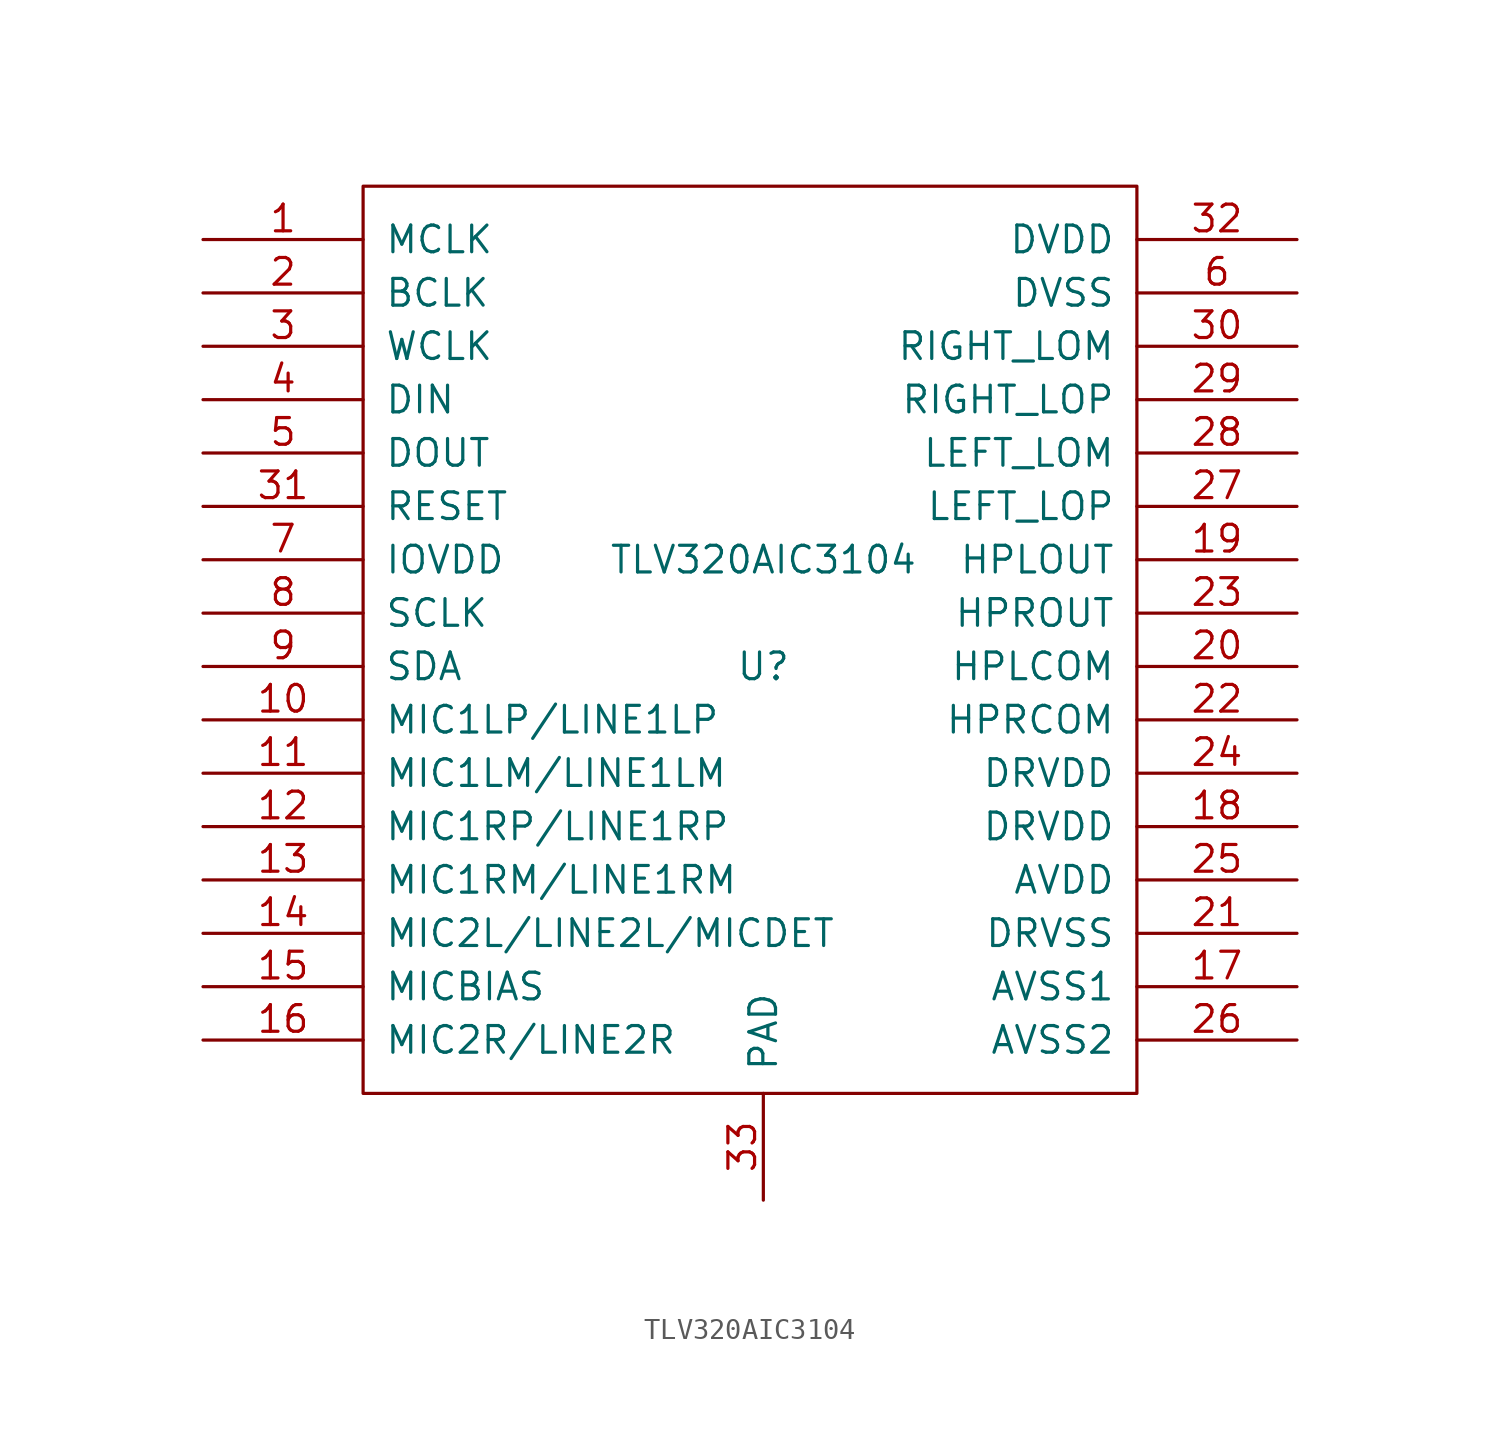
<source format=kicad_sym>
(kicad_symbol_lib
  (version 20220914)
  (generator kicad_symbol_editor)
  (symbol "TLV320AIC3104"
    (pin_names
      (offset 1.016))
    (property "Reference" "U"
      (at 0 -2.54 0)
      (effects (font (size 1.27 1.27))))
    (property "Value" "TLV320AIC3104"
      (at 0 2.54 0)
      (effects (font (size 1.27 1.27))))
    (symbol "TLV320AIC3104_0_0"
      (rectangle (start -19.05 -22.86) (end 17.78 20.32) (stroke (width 0) (type solid)) (fill (type none))))
    (symbol "TLV320AIC3104_1_1"
      (pin bidirectional line (at -26.67 17.78 0) (length 7.62) (name "MCLK" (effects (font (size 1.27 1.27)))) (number "1" (effects (font (size 1.27 1.27)))))
      (pin input line (at -26.67 -5.08 0) (length 7.62) (name "MIC1LP/LINE1LP" (effects (font (size 1.27 1.27)))) (number "10" (effects (font (size 1.27 1.27)))))
      (pin input line (at -26.67 -7.62 0) (length 7.62) (name "MIC1LM/LINE1LM" (effects (font (size 1.27 1.27)))) (number "11" (effects (font (size 1.27 1.27)))))
      (pin input line (at -26.67 -10.16 0) (length 7.62) (name "MIC1RP/LINE1RP" (effects (font (size 1.27 1.27)))) (number "12" (effects (font (size 1.27 1.27)))))
      (pin input line (at -26.67 -12.7 0) (length 7.62) (name "MIC1RM/LINE1RM" (effects (font (size 1.27 1.27)))) (number "13" (effects (font (size 1.27 1.27)))))
      (pin input line (at -26.67 -15.24 0) (length 7.62) (name "MIC2L/LINE2L/MICDET" (effects (font (size 1.27 1.27)))) (number "14" (effects (font (size 1.27 1.27)))))
      (pin power_out line (at -26.67 -17.78 0) (length 7.62) (name "MICBIAS" (effects (font (size 1.27 1.27)))) (number "15" (effects (font (size 1.27 1.27)))))
      (pin input line (at -26.67 -20.32 0) (length 7.62) (name "MIC2R/LINE2R" (effects (font (size 1.27 1.27)))) (number "16" (effects (font (size 1.27 1.27)))))
      (pin power_in line (at 25.4 -17.78 180) (length 7.62) (name "AVSS1" (effects (font (size 1.27 1.27)))) (number "17" (effects (font (size 1.27 1.27)))))
      (pin power_in line (at 25.4 -10.16 180) (length 7.62) (name "DRVDD" (effects (font (size 1.27 1.27)))) (number "18" (effects (font (size 1.27 1.27)))))
      (pin output line (at 25.4 2.54 180) (length 7.62) (name "HPLOUT" (effects (font (size 1.27 1.27)))) (number "19" (effects (font (size 1.27 1.27)))))
      (pin bidirectional line (at -26.67 15.24 0) (length 7.62) (name "BCLK" (effects (font (size 1.27 1.27)))) (number "2" (effects (font (size 1.27 1.27)))))
      (pin output line (at 25.4 -2.54 180) (length 7.62) (name "HPLCOM" (effects (font (size 1.27 1.27)))) (number "20" (effects (font (size 1.27 1.27)))))
      (pin power_in line (at 25.4 -15.24 180) (length 7.62) (name "DRVSS" (effects (font (size 1.27 1.27)))) (number "21" (effects (font (size 1.27 1.27)))))
      (pin output line (at 25.4 -5.08 180) (length 7.62) (name "HPRCOM" (effects (font (size 1.27 1.27)))) (number "22" (effects (font (size 1.27 1.27)))))
      (pin input line (at 25.4 0 180) (length 7.62) (name "HPROUT" (effects (font (size 1.27 1.27)))) (number "23" (effects (font (size 1.27 1.27)))))
      (pin power_in line (at 25.4 -7.62 180) (length 7.62) (name "DRVDD" (effects (font (size 1.27 1.27)))) (number "24" (effects (font (size 1.27 1.27)))))
      (pin power_in line (at 25.4 -12.7 180) (length 7.62) (name "AVDD" (effects (font (size 1.27 1.27)))) (number "25" (effects (font (size 1.27 1.27)))))
      (pin power_in line (at 25.4 -20.32 180) (length 7.62) (name "AVSS2" (effects (font (size 1.27 1.27)))) (number "26" (effects (font (size 1.27 1.27)))))
      (pin output line (at 25.4 5.08 180) (length 7.62) (name "LEFT_LOP" (effects (font (size 1.27 1.27)))) (number "27" (effects (font (size 1.27 1.27)))))
      (pin power_out line (at 25.4 7.62 180) (length 7.62) (name "LEFT_LOM" (effects (font (size 1.27 1.27)))) (number "28" (effects (font (size 1.27 1.27)))))
      (pin output line (at 25.4 10.16 180) (length 7.62) (name "RIGHT_LOP" (effects (font (size 1.27 1.27)))) (number "29" (effects (font (size 1.27 1.27)))))
      (pin bidirectional line (at -26.67 12.7 0) (length 7.62) (name "WCLK" (effects (font (size 1.27 1.27)))) (number "3" (effects (font (size 1.27 1.27)))))
      (pin output line (at 25.4 12.7 180) (length 7.62) (name "RIGHT_LOM" (effects (font (size 1.27 1.27)))) (number "30" (effects (font (size 1.27 1.27)))))
      (pin input line (at -26.67 5.08 0) (length 7.62) (name "RESET" (effects (font (size 1.27 1.27)))) (number "31" (effects (font (size 1.27 1.27)))))
      (pin power_in line (at 25.4 17.78 180) (length 7.62) (name "DVDD" (effects (font (size 1.27 1.27)))) (number "32" (effects (font (size 1.27 1.27)))))
      (pin power_in line (at 0 -27.94 90) (length 5.08) (name "PAD" (effects (font (size 1.27 1.27)))) (number "33" (effects (font (size 1.27 1.27)))))
      (pin input line (at -26.67 10.16 0) (length 7.62) (name "DIN" (effects (font (size 1.27 1.27)))) (number "4" (effects (font (size 1.27 1.27)))))
      (pin output line (at -26.67 7.62 0) (length 7.62) (name "DOUT" (effects (font (size 1.27 1.27)))) (number "5" (effects (font (size 1.27 1.27)))))
      (pin power_in line (at 25.4 15.24 180) (length 7.62) (name "DVSS" (effects (font (size 1.27 1.27)))) (number "6" (effects (font (size 1.27 1.27)))))
      (pin power_in line (at -26.67 2.54 0) (length 7.62) (name "IOVDD" (effects (font (size 1.27 1.27)))) (number "7" (effects (font (size 1.27 1.27)))))
      (pin bidirectional line (at -26.67 0 0) (length 7.62) (name "SCLK" (effects (font (size 1.27 1.27)))) (number "8" (effects (font (size 1.27 1.27)))))
      (pin bidirectional line (at -26.67 -2.54 0) (length 7.62) (name "SDA" (effects (font (size 1.27 1.27)))) (number "9" (effects (font (size 1.27 1.27))))))))
</source>
